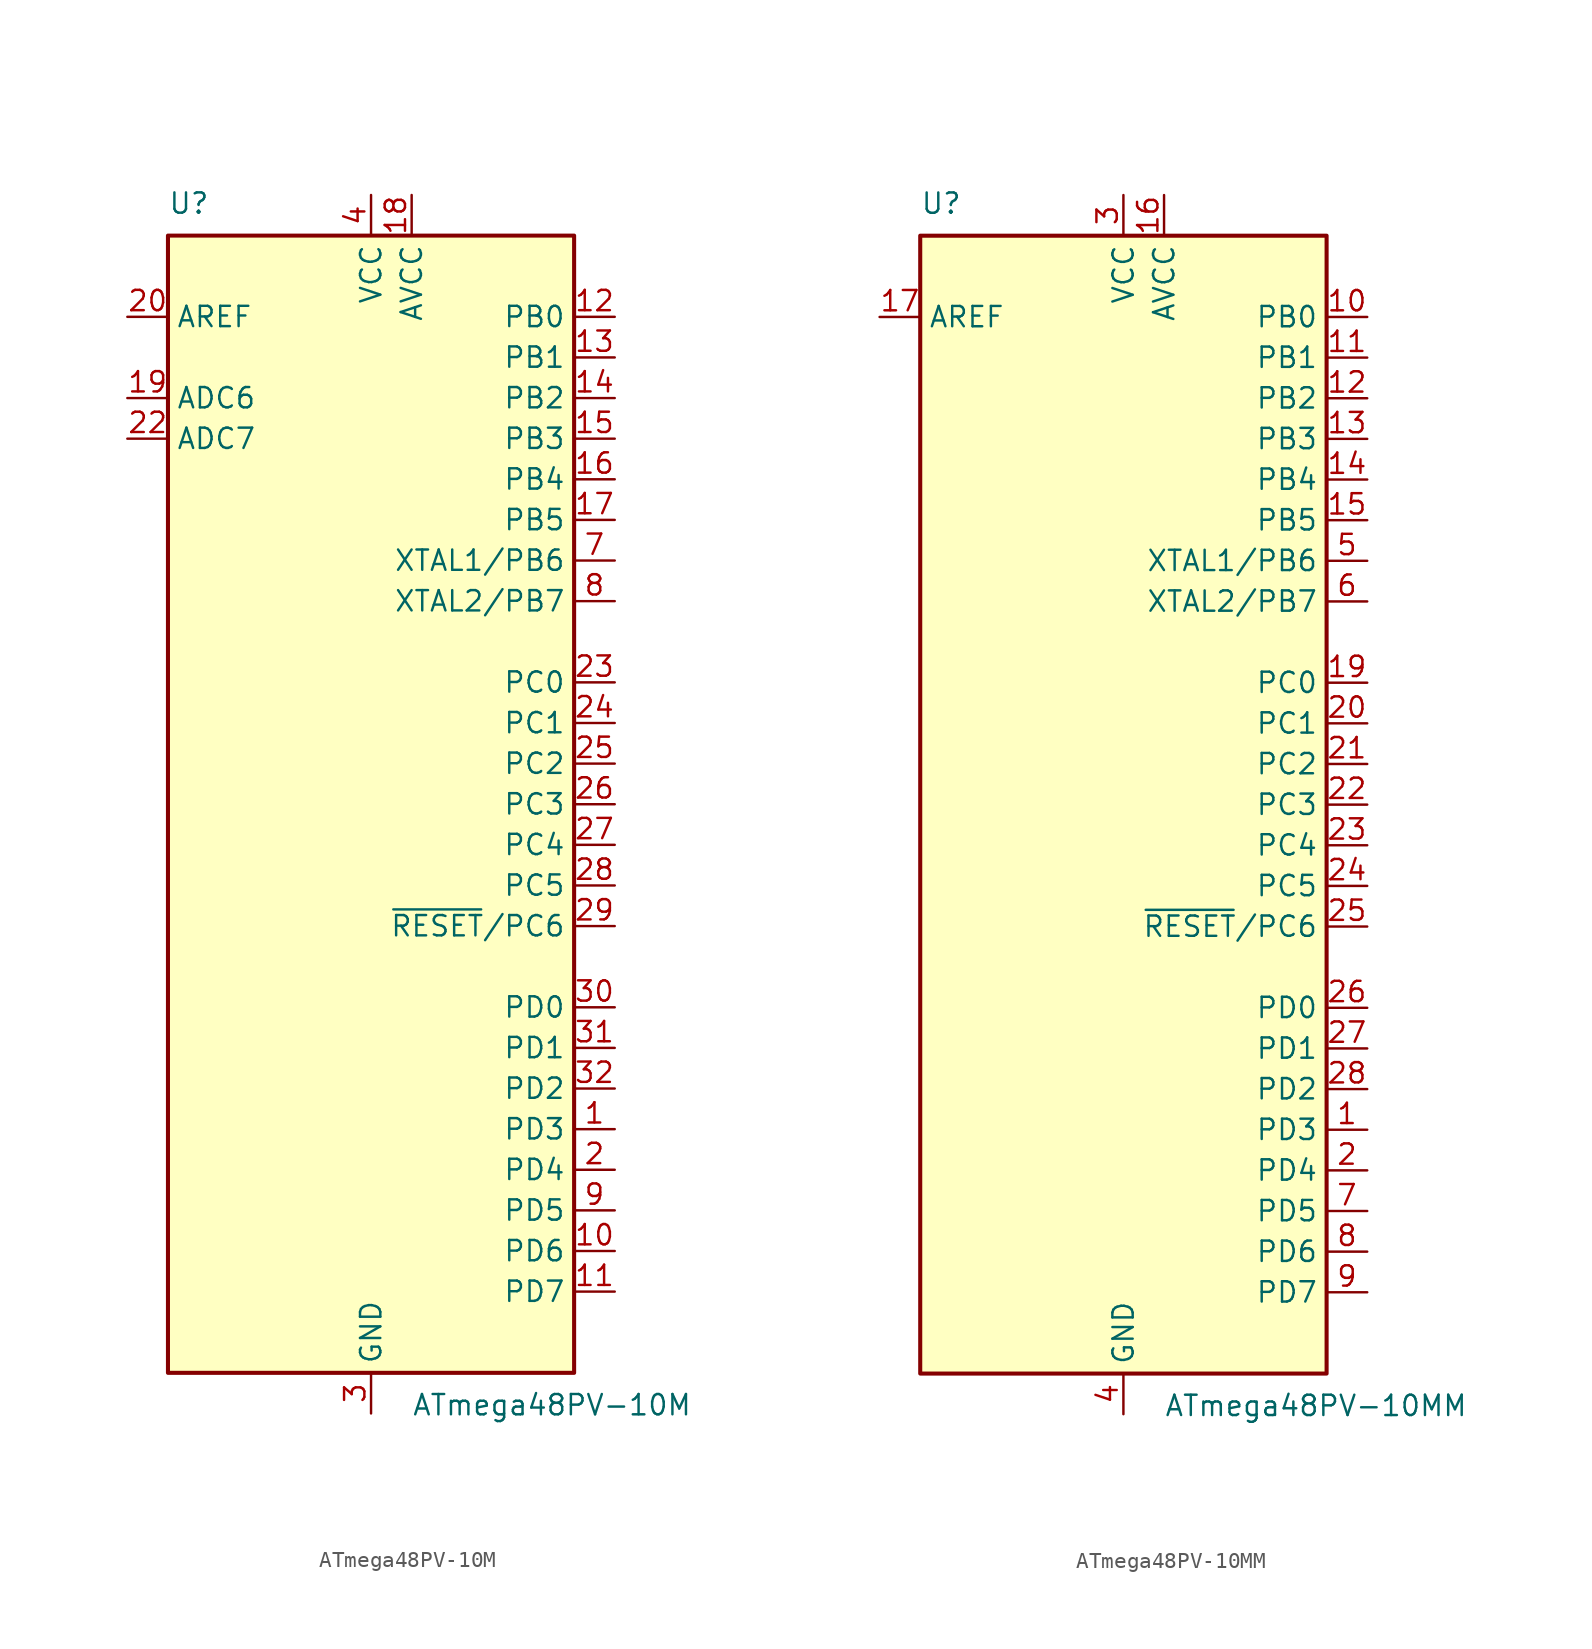
<source format=kicad_sym>
(kicad_symbol_lib
  (version 20241209)
  (generator "kicad_symbol_editor")
  (generator_version "9.0")
  (symbol "ATmega48PV-10M"
    (property "Reference" "U"
      (at -12.7 36.83 0)
      (effects (font (size 1.27 1.27)) (justify left bottom)))
    (property "Value" "ATmega48PV-10M"
      (at 2.54 -36.83 0)
      (effects (font (size 1.27 1.27)) (justify left top)))
    (symbol "ATmega48PV-10M_0_1"
      (rectangle (start -12.7 -35.56) (end 12.7 35.56) (stroke (width 0.254) (type default)) (fill (type background))))
    (symbol "ATmega48PV-10M_1_1"
      (pin passive line (at -15.24 30.48 0) (length 2.54) (name "AREF" (effects (font (size 1.27 1.27)))) (number "20" (effects (font (size 1.27 1.27)))))
      (pin input line (at -15.24 25.4 0) (length 2.54) (name "ADC6" (effects (font (size 1.27 1.27)))) (number "19" (effects (font (size 1.27 1.27)))))
      (pin input line (at -15.24 22.86 0) (length 2.54) (name "ADC7" (effects (font (size 1.27 1.27)))) (number "22" (effects (font (size 1.27 1.27)))))
      (pin power_in line (at 0 38.1 270) (length 2.54) (name "VCC" (effects (font (size 1.27 1.27)))) (number "4" (effects (font (size 1.27 1.27)))))
      (pin passive line (at 0 38.1 270) (length 2.54) (hide yes) (name "VCC" (effects (font (size 1.27 1.27)))) (number "6" (effects (font (size 1.27 1.27)))))
      (pin passive line (at 0 -38.1 90) (length 2.54) (hide yes) (name "GND" (effects (font (size 1.27 1.27)))) (number "21" (effects (font (size 1.27 1.27)))))
      (pin power_in line (at 0 -38.1 90) (length 2.54) (name "GND" (effects (font (size 1.27 1.27)))) (number "3" (effects (font (size 1.27 1.27)))))
      (pin passive line (at 0 -38.1 90) (length 2.54) (hide yes) (name "GND" (effects (font (size 1.27 1.27)))) (number "33" (effects (font (size 1.27 1.27)))))
      (pin passive line (at 0 -38.1 90) (length 2.54) (hide yes) (name "GND" (effects (font (size 1.27 1.27)))) (number "5" (effects (font (size 1.27 1.27)))))
      (pin power_in line (at 2.54 38.1 270) (length 2.54) (name "AVCC" (effects (font (size 1.27 1.27)))) (number "18" (effects (font (size 1.27 1.27)))))
      (pin bidirectional line (at 15.24 30.48 180) (length 2.54) (name "PB0" (effects (font (size 1.27 1.27)))) (number "12" (effects (font (size 1.27 1.27)))))
      (pin bidirectional line (at 15.24 27.94 180) (length 2.54) (name "PB1" (effects (font (size 1.27 1.27)))) (number "13" (effects (font (size 1.27 1.27)))))
      (pin bidirectional line (at 15.24 25.4 180) (length 2.54) (name "PB2" (effects (font (size 1.27 1.27)))) (number "14" (effects (font (size 1.27 1.27)))))
      (pin bidirectional line (at 15.24 22.86 180) (length 2.54) (name "PB3" (effects (font (size 1.27 1.27)))) (number "15" (effects (font (size 1.27 1.27)))))
      (pin bidirectional line (at 15.24 20.32 180) (length 2.54) (name "PB4" (effects (font (size 1.27 1.27)))) (number "16" (effects (font (size 1.27 1.27)))))
      (pin bidirectional line (at 15.24 17.78 180) (length 2.54) (name "PB5" (effects (font (size 1.27 1.27)))) (number "17" (effects (font (size 1.27 1.27)))))
      (pin bidirectional line (at 15.24 15.24 180) (length 2.54) (name "XTAL1/PB6" (effects (font (size 1.27 1.27)))) (number "7" (effects (font (size 1.27 1.27)))))
      (pin bidirectional line (at 15.24 12.7 180) (length 2.54) (name "XTAL2/PB7" (effects (font (size 1.27 1.27)))) (number "8" (effects (font (size 1.27 1.27)))))
      (pin bidirectional line (at 15.24 7.62 180) (length 2.54) (name "PC0" (effects (font (size 1.27 1.27)))) (number "23" (effects (font (size 1.27 1.27)))))
      (pin bidirectional line (at 15.24 5.08 180) (length 2.54) (name "PC1" (effects (font (size 1.27 1.27)))) (number "24" (effects (font (size 1.27 1.27)))))
      (pin bidirectional line (at 15.24 2.54 180) (length 2.54) (name "PC2" (effects (font (size 1.27 1.27)))) (number "25" (effects (font (size 1.27 1.27)))))
      (pin bidirectional line (at 15.24 0 180) (length 2.54) (name "PC3" (effects (font (size 1.27 1.27)))) (number "26" (effects (font (size 1.27 1.27)))))
      (pin bidirectional line (at 15.24 -2.54 180) (length 2.54) (name "PC4" (effects (font (size 1.27 1.27)))) (number "27" (effects (font (size 1.27 1.27)))))
      (pin bidirectional line (at 15.24 -5.08 180) (length 2.54) (name "PC5" (effects (font (size 1.27 1.27)))) (number "28" (effects (font (size 1.27 1.27)))))
      (pin bidirectional line (at 15.24 -7.62 180) (length 2.54) (name "~{RESET}/PC6" (effects (font (size 1.27 1.27)))) (number "29" (effects (font (size 1.27 1.27)))))
      (pin bidirectional line (at 15.24 -12.7 180) (length 2.54) (name "PD0" (effects (font (size 1.27 1.27)))) (number "30" (effects (font (size 1.27 1.27)))))
      (pin bidirectional line (at 15.24 -15.24 180) (length 2.54) (name "PD1" (effects (font (size 1.27 1.27)))) (number "31" (effects (font (size 1.27 1.27)))))
      (pin bidirectional line (at 15.24 -17.78 180) (length 2.54) (name "PD2" (effects (font (size 1.27 1.27)))) (number "32" (effects (font (size 1.27 1.27)))))
      (pin bidirectional line (at 15.24 -20.32 180) (length 2.54) (name "PD3" (effects (font (size 1.27 1.27)))) (number "1" (effects (font (size 1.27 1.27)))))
      (pin bidirectional line (at 15.24 -22.86 180) (length 2.54) (name "PD4" (effects (font (size 1.27 1.27)))) (number "2" (effects (font (size 1.27 1.27)))))
      (pin bidirectional line (at 15.24 -25.4 180) (length 2.54) (name "PD5" (effects (font (size 1.27 1.27)))) (number "9" (effects (font (size 1.27 1.27)))))
      (pin bidirectional line (at 15.24 -27.94 180) (length 2.54) (name "PD6" (effects (font (size 1.27 1.27)))) (number "10" (effects (font (size 1.27 1.27)))))
      (pin bidirectional line (at 15.24 -30.48 180) (length 2.54) (name "PD7" (effects (font (size 1.27 1.27)))) (number "11" (effects (font (size 1.27 1.27)))))))
  (symbol "ATmega48PV-10MM"
    (property "Reference" "U"
      (at -12.7 36.83 0)
      (effects (font (size 1.27 1.27)) (justify left bottom)))
    (property "Value" "ATmega48PV-10MM"
      (at 2.54 -36.83 0)
      (effects (font (size 1.27 1.27)) (justify left top)))
    (symbol "ATmega48PV-10MM_0_1"
      (rectangle (start -12.7 -35.56) (end 12.7 35.56) (stroke (width 0.254) (type default)) (fill (type background))))
    (symbol "ATmega48PV-10MM_1_1"
      (pin passive line (at -15.24 30.48 0) (length 2.54) (name "AREF" (effects (font (size 1.27 1.27)))) (number "17" (effects (font (size 1.27 1.27)))))
      (pin power_in line (at 0 38.1 270) (length 2.54) (name "VCC" (effects (font (size 1.27 1.27)))) (number "3" (effects (font (size 1.27 1.27)))))
      (pin passive line (at 0 -38.1 90) (length 2.54) (hide yes) (name "GND" (effects (font (size 1.27 1.27)))) (number "18" (effects (font (size 1.27 1.27)))))
      (pin passive line (at 0 -38.1 90) (length 2.54) (hide yes) (name "GND" (effects (font (size 1.27 1.27)))) (number "29" (effects (font (size 1.27 1.27)))))
      (pin power_in line (at 0 -38.1 90) (length 2.54) (name "GND" (effects (font (size 1.27 1.27)))) (number "4" (effects (font (size 1.27 1.27)))))
      (pin power_in line (at 2.54 38.1 270) (length 2.54) (name "AVCC" (effects (font (size 1.27 1.27)))) (number "16" (effects (font (size 1.27 1.27)))))
      (pin bidirectional line (at 15.24 30.48 180) (length 2.54) (name "PB0" (effects (font (size 1.27 1.27)))) (number "10" (effects (font (size 1.27 1.27)))))
      (pin bidirectional line (at 15.24 27.94 180) (length 2.54) (name "PB1" (effects (font (size 1.27 1.27)))) (number "11" (effects (font (size 1.27 1.27)))))
      (pin bidirectional line (at 15.24 25.4 180) (length 2.54) (name "PB2" (effects (font (size 1.27 1.27)))) (number "12" (effects (font (size 1.27 1.27)))))
      (pin bidirectional line (at 15.24 22.86 180) (length 2.54) (name "PB3" (effects (font (size 1.27 1.27)))) (number "13" (effects (font (size 1.27 1.27)))))
      (pin bidirectional line (at 15.24 20.32 180) (length 2.54) (name "PB4" (effects (font (size 1.27 1.27)))) (number "14" (effects (font (size 1.27 1.27)))))
      (pin bidirectional line (at 15.24 17.78 180) (length 2.54) (name "PB5" (effects (font (size 1.27 1.27)))) (number "15" (effects (font (size 1.27 1.27)))))
      (pin bidirectional line (at 15.24 15.24 180) (length 2.54) (name "XTAL1/PB6" (effects (font (size 1.27 1.27)))) (number "5" (effects (font (size 1.27 1.27)))))
      (pin bidirectional line (at 15.24 12.7 180) (length 2.54) (name "XTAL2/PB7" (effects (font (size 1.27 1.27)))) (number "6" (effects (font (size 1.27 1.27)))))
      (pin bidirectional line (at 15.24 7.62 180) (length 2.54) (name "PC0" (effects (font (size 1.27 1.27)))) (number "19" (effects (font (size 1.27 1.27)))))
      (pin bidirectional line (at 15.24 5.08 180) (length 2.54) (name "PC1" (effects (font (size 1.27 1.27)))) (number "20" (effects (font (size 1.27 1.27)))))
      (pin bidirectional line (at 15.24 2.54 180) (length 2.54) (name "PC2" (effects (font (size 1.27 1.27)))) (number "21" (effects (font (size 1.27 1.27)))))
      (pin bidirectional line (at 15.24 0 180) (length 2.54) (name "PC3" (effects (font (size 1.27 1.27)))) (number "22" (effects (font (size 1.27 1.27)))))
      (pin bidirectional line (at 15.24 -2.54 180) (length 2.54) (name "PC4" (effects (font (size 1.27 1.27)))) (number "23" (effects (font (size 1.27 1.27)))))
      (pin bidirectional line (at 15.24 -5.08 180) (length 2.54) (name "PC5" (effects (font (size 1.27 1.27)))) (number "24" (effects (font (size 1.27 1.27)))))
      (pin bidirectional line (at 15.24 -7.62 180) (length 2.54) (name "~{RESET}/PC6" (effects (font (size 1.27 1.27)))) (number "25" (effects (font (size 1.27 1.27)))))
      (pin bidirectional line (at 15.24 -12.7 180) (length 2.54) (name "PD0" (effects (font (size 1.27 1.27)))) (number "26" (effects (font (size 1.27 1.27)))))
      (pin bidirectional line (at 15.24 -15.24 180) (length 2.54) (name "PD1" (effects (font (size 1.27 1.27)))) (number "27" (effects (font (size 1.27 1.27)))))
      (pin bidirectional line (at 15.24 -17.78 180) (length 2.54) (name "PD2" (effects (font (size 1.27 1.27)))) (number "28" (effects (font (size 1.27 1.27)))))
      (pin bidirectional line (at 15.24 -20.32 180) (length 2.54) (name "PD3" (effects (font (size 1.27 1.27)))) (number "1" (effects (font (size 1.27 1.27)))))
      (pin bidirectional line (at 15.24 -22.86 180) (length 2.54) (name "PD4" (effects (font (size 1.27 1.27)))) (number "2" (effects (font (size 1.27 1.27)))))
      (pin bidirectional line (at 15.24 -25.4 180) (length 2.54) (name "PD5" (effects (font (size 1.27 1.27)))) (number "7" (effects (font (size 1.27 1.27)))))
      (pin bidirectional line (at 15.24 -27.94 180) (length 2.54) (name "PD6" (effects (font (size 1.27 1.27)))) (number "8" (effects (font (size 1.27 1.27)))))
      (pin bidirectional line (at 15.24 -30.48 180) (length 2.54) (name "PD7" (effects (font (size 1.27 1.27)))) (number "9" (effects (font (size 1.27 1.27))))))))
</source>
